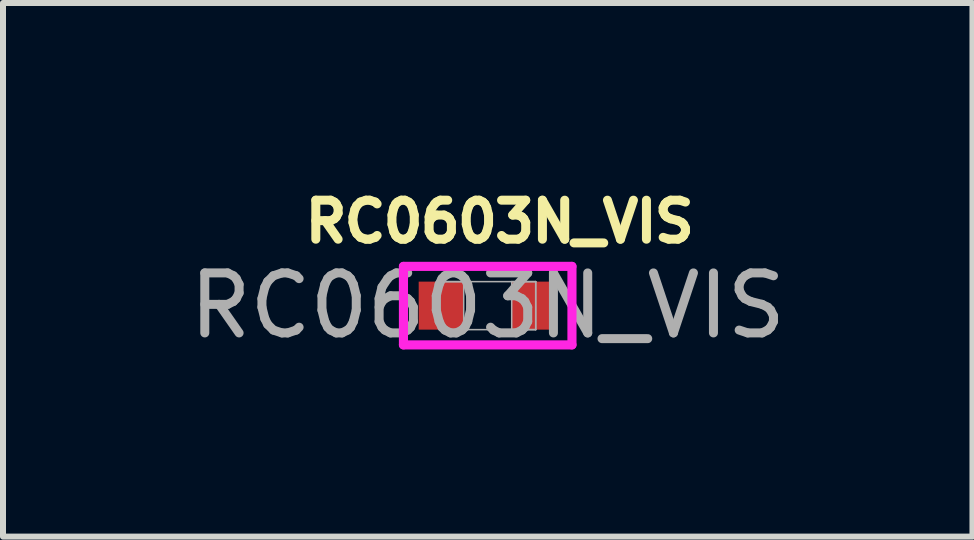
<source format=kicad_pcb>
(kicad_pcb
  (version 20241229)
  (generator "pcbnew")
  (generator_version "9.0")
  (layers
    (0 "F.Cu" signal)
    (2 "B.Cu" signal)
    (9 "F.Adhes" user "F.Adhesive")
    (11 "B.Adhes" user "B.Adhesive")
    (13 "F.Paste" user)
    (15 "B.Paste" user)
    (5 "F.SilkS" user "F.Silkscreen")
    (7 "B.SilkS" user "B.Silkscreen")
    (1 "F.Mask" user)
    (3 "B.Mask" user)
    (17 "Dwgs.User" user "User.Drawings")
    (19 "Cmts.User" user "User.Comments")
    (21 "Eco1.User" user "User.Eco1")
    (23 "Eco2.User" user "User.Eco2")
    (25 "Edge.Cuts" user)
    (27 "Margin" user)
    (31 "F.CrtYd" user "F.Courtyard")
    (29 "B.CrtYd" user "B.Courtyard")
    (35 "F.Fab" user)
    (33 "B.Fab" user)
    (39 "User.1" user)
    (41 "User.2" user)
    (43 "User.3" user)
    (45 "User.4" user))
  (footprint "RC0603N_VIS"
    (layer "F.Cu")
    (at 5.077 2.043)
    (property "Reference" "RC0603N_VIS" (at 0.2 -1.4 0) (unlocked yes) (layer "F.SilkS") (effects (font (size 0.65 0.65) (thickness 0.15))))
    (attr smd)
    (fp_line (start -1.404 -0.654) (end 1.404 -0.654) (stroke (width 0.152) (type solid)) (layer "F.CrtYd"))
    (fp_line (start -1.404 0.654) (end -1.404 -0.654) (stroke (width 0.152) (type solid)) (layer "F.CrtYd"))
    (fp_line (start 1.404 -0.654) (end 1.404 0.654) (stroke (width 0.152) (type solid)) (layer "F.CrtYd"))
    (fp_line (start 1.404 0.654) (end -1.404 0.654) (stroke (width 0.152) (type solid)) (layer "F.CrtYd"))
    (fp_line (start -0.8 -0.4) (end -0.8 0.4) (stroke (width 0.025) (type solid)) (layer "F.Fab"))
    (fp_line (start -0.8 -0.4) (end -0.8 0.4) (stroke (width 0.025) (type solid)) (layer "F.Fab"))
    (fp_line (start -0.8 0.4) (end -0.4 0.4) (stroke (width 0.025) (type solid)) (layer "F.Fab"))
    (fp_line (start -0.8 0.4) (end 0.8 0.4) (stroke (width 0.025) (type solid)) (layer "F.Fab"))
    (fp_line (start -0.4 -0.4) (end -0.8 -0.4) (stroke (width 0.025) (type solid)) (layer "F.Fab"))
    (fp_line (start -0.4 0.4) (end -0.4 -0.4) (stroke (width 0.025) (type solid)) (layer "F.Fab"))
    (fp_line (start 0.4 -0.4) (end 0.4 0.4) (stroke (width 0.025) (type solid)) (layer "F.Fab"))
    (fp_line (start 0.4 0.4) (end 0.8 0.4) (stroke (width 0.025) (type solid)) (layer "F.Fab"))
    (fp_line (start 0.8 -0.4) (end -0.8 -0.4) (stroke (width 0.025) (type solid)) (layer "F.Fab"))
    (fp_line (start 0.8 -0.4) (end 0.4 -0.4) (stroke (width 0.025) (type solid)) (layer "F.Fab"))
    (fp_line (start 0.8 0.4) (end 0.8 -0.4) (stroke (width 0.025) (type solid)) (layer "F.Fab"))
    (fp_line (start 0.8 0.4) (end 0.8 -0.4) (stroke (width 0.025) (type solid)) (layer "F.Fab"))
    (fp_text user "${REFERENCE}" (at 0 0 0) (unlocked yes) (layer "F.Fab") (effects (font (size 1 1) (thickness 0.15))))
    (pad "1" smd rect (at -0.775 0) (size 0.75 0.8) (layers "F.Cu" "F.Mask" "F.Paste"))
    (pad "2" smd rect (at 0.775 0) (size 0.75 0.8) (layers "F.Cu" "F.Mask" "F.Paste"))
    (zone (net_name "") (layer "F.Cu") (hatch full 0.508) (connect_pads) (min_thickness 0.254) (filled_areas_thickness no) (keepout (tracks not_allowed) (vias not_allowed) (pads allowed) (copperpour not_allowed) (footprints allowed)) (placement (enabled no)) (fill) (polygon (pts (xy 4.728 1.694) (xy 5.427 1.694) (xy 5.427 2.393) (xy 4.728 2.393)))))
  (gr_rect
    (start -3 -3)
    (end 13.155 5.892)
    (stroke (width 0.1) (type default))
    (fill no)
    (layer "Edge.Cuts")))
</source>
